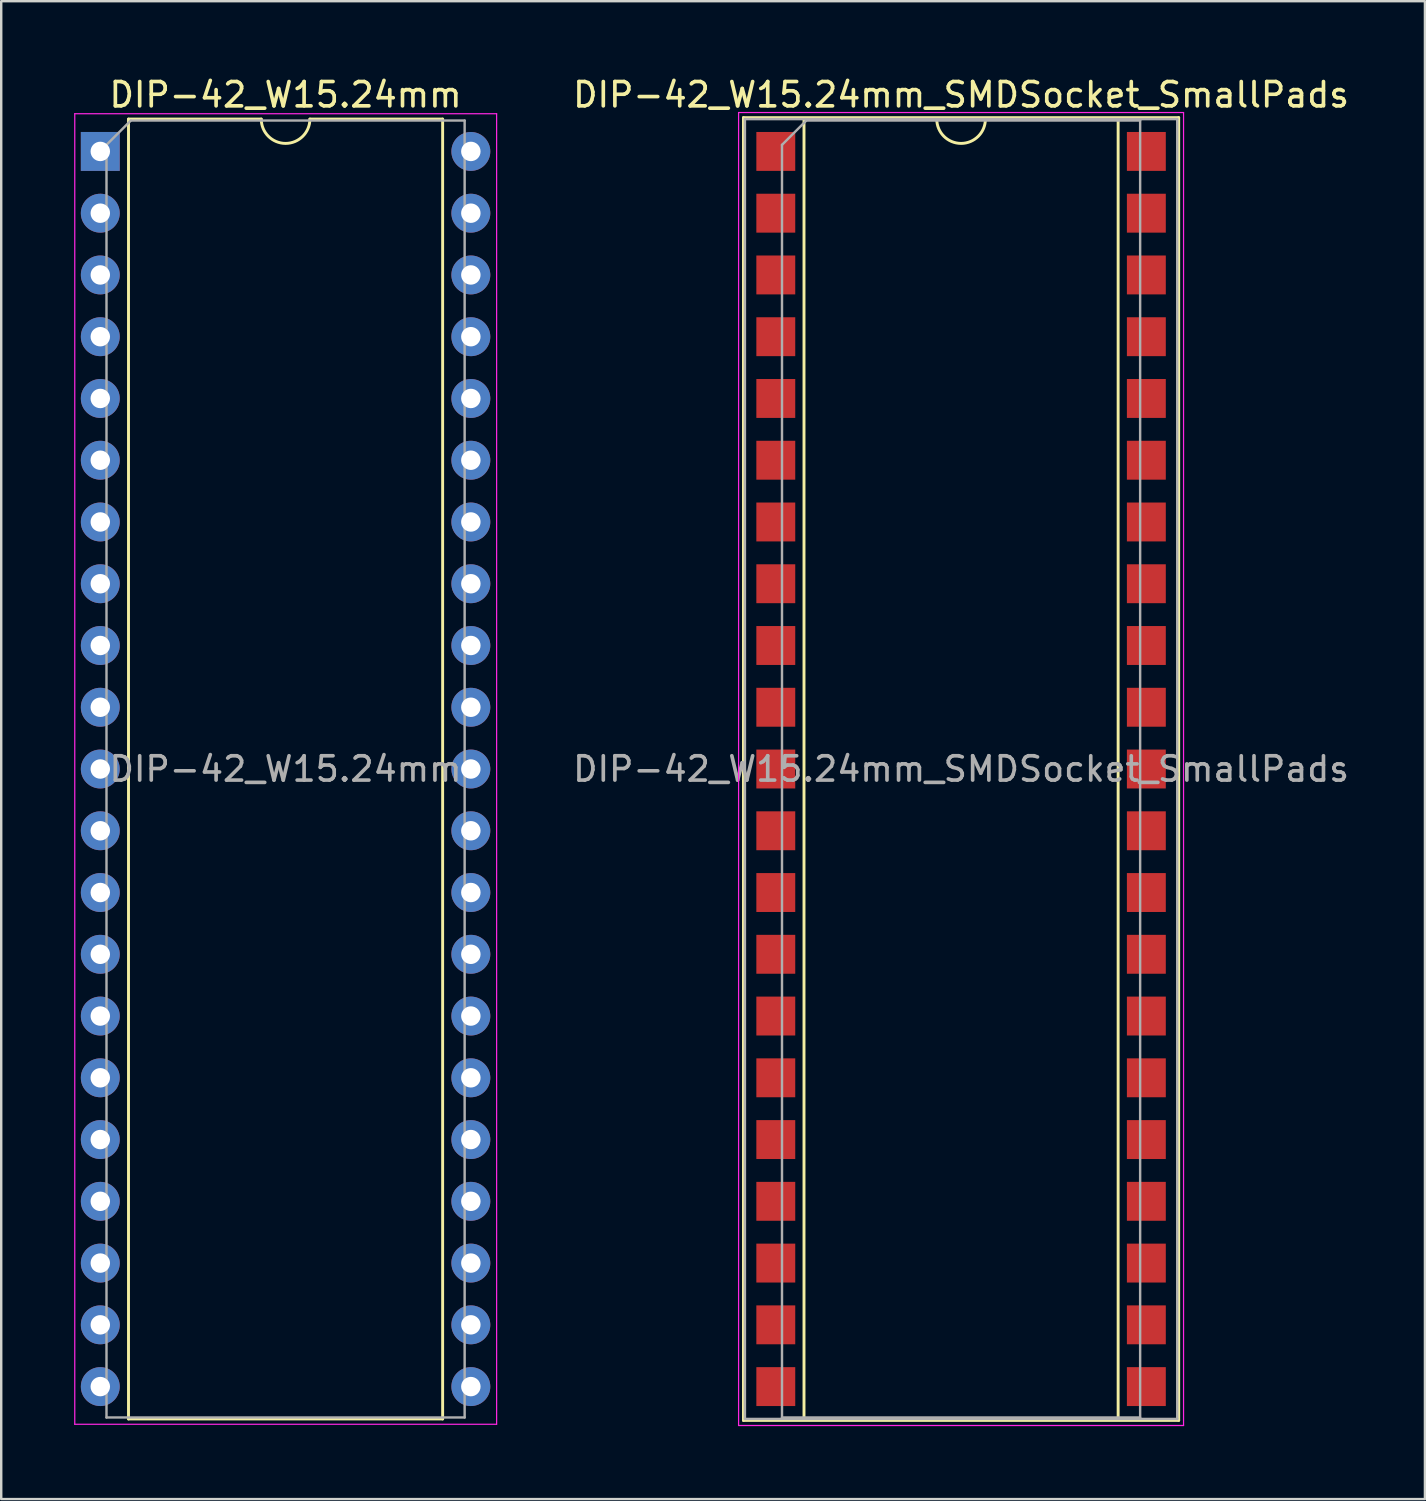
<source format=kicad_pcb>
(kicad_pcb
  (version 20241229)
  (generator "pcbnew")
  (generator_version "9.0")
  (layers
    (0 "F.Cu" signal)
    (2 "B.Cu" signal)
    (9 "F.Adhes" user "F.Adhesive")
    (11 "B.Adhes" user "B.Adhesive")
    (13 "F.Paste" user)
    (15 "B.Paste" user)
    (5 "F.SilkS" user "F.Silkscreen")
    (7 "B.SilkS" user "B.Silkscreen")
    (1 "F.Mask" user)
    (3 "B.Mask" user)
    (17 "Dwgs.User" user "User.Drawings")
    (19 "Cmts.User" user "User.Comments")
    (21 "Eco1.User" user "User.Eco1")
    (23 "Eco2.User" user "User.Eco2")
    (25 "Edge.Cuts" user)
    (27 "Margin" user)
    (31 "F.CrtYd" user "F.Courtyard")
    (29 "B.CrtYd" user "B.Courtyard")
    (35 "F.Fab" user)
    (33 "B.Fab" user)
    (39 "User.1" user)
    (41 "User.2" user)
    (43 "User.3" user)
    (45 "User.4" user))
  (footprint "DIP-42_W15.24mm"
    (layer "F.Cu")
    (at 1.075 3.178)
    (property "Reference" "DIP-42_W15.24mm" (at 7.62 -2.33 0) (layer "F.SilkS") (effects (font (size 1 1) (thickness 0.15))))
    (attr through_hole)
    (fp_line (start 1.16 -1.33) (end 1.16 52.13) (stroke (width 0.12) (type solid)) (layer "F.SilkS"))
    (fp_line (start 1.16 52.13) (end 14.08 52.13) (stroke (width 0.12) (type solid)) (layer "F.SilkS"))
    (fp_line (start 6.62 -1.33) (end 1.16 -1.33) (stroke (width 0.12) (type solid)) (layer "F.SilkS"))
    (fp_line (start 14.08 -1.33) (end 8.62 -1.33) (stroke (width 0.12) (type solid)) (layer "F.SilkS"))
    (fp_line (start 14.08 52.13) (end 14.08 -1.33) (stroke (width 0.12) (type solid)) (layer "F.SilkS"))
    (fp_arc (start 8.62 -1.33) (mid 7.62 -0.33) (end 6.62 -1.33) (stroke (width 0.12) (type solid)) (layer "F.SilkS"))
    (fp_line (start -1.05 -1.55) (end -1.05 52.35) (stroke (width 0.05) (type solid)) (layer "F.CrtYd"))
    (fp_line (start -1.05 52.35) (end 16.3 52.35) (stroke (width 0.05) (type solid)) (layer "F.CrtYd"))
    (fp_line (start 16.3 -1.55) (end -1.05 -1.55) (stroke (width 0.05) (type solid)) (layer "F.CrtYd"))
    (fp_line (start 16.3 52.35) (end 16.3 -1.55) (stroke (width 0.05) (type solid)) (layer "F.CrtYd"))
    (fp_line (start 0.255 -0.27) (end 1.255 -1.27) (stroke (width 0.1) (type solid)) (layer "F.Fab"))
    (fp_line (start 0.255 52.07) (end 0.255 -0.27) (stroke (width 0.1) (type solid)) (layer "F.Fab"))
    (fp_line (start 1.255 -1.27) (end 14.985 -1.27) (stroke (width 0.1) (type solid)) (layer "F.Fab"))
    (fp_line (start 14.985 -1.27) (end 14.985 52.07) (stroke (width 0.1) (type solid)) (layer "F.Fab"))
    (fp_line (start 14.985 52.07) (end 0.255 52.07) (stroke (width 0.1) (type solid)) (layer "F.Fab"))
    (fp_text user "${REFERENCE}" (at 7.62 25.4 0) (layer "F.Fab") (effects (font (size 1 1) (thickness 0.15))))
    (pad "1" thru_hole rect (at 0 0) (size 1.6 1.6) (drill 0.8) (layers "*.Cu" "*.Mask"))
    (pad "2" thru_hole oval (at 0 2.54) (size 1.6 1.6) (drill 0.8) (layers "*.Cu" "*.Mask"))
    (pad "3" thru_hole oval (at 0 5.08) (size 1.6 1.6) (drill 0.8) (layers "*.Cu" "*.Mask"))
    (pad "4" thru_hole oval (at 0 7.62) (size 1.6 1.6) (drill 0.8) (layers "*.Cu" "*.Mask"))
    (pad "5" thru_hole oval (at 0 10.16) (size 1.6 1.6) (drill 0.8) (layers "*.Cu" "*.Mask"))
    (pad "6" thru_hole oval (at 0 12.7) (size 1.6 1.6) (drill 0.8) (layers "*.Cu" "*.Mask"))
    (pad "7" thru_hole oval (at 0 15.24) (size 1.6 1.6) (drill 0.8) (layers "*.Cu" "*.Mask"))
    (pad "8" thru_hole oval (at 0 17.78) (size 1.6 1.6) (drill 0.8) (layers "*.Cu" "*.Mask"))
    (pad "9" thru_hole oval (at 0 20.32) (size 1.6 1.6) (drill 0.8) (layers "*.Cu" "*.Mask"))
    (pad "10" thru_hole oval (at 0 22.86) (size 1.6 1.6) (drill 0.8) (layers "*.Cu" "*.Mask"))
    (pad "11" thru_hole oval (at 0 25.4) (size 1.6 1.6) (drill 0.8) (layers "*.Cu" "*.Mask"))
    (pad "12" thru_hole oval (at 0 27.94) (size 1.6 1.6) (drill 0.8) (layers "*.Cu" "*.Mask"))
    (pad "13" thru_hole oval (at 0 30.48) (size 1.6 1.6) (drill 0.8) (layers "*.Cu" "*.Mask"))
    (pad "14" thru_hole oval (at 0 33.02) (size 1.6 1.6) (drill 0.8) (layers "*.Cu" "*.Mask"))
    (pad "15" thru_hole oval (at 0 35.56) (size 1.6 1.6) (drill 0.8) (layers "*.Cu" "*.Mask"))
    (pad "16" thru_hole oval (at 0 38.1) (size 1.6 1.6) (drill 0.8) (layers "*.Cu" "*.Mask"))
    (pad "17" thru_hole oval (at 0 40.64) (size 1.6 1.6) (drill 0.8) (layers "*.Cu" "*.Mask"))
    (pad "18" thru_hole oval (at 0 43.18) (size 1.6 1.6) (drill 0.8) (layers "*.Cu" "*.Mask"))
    (pad "19" thru_hole oval (at 0 45.72) (size 1.6 1.6) (drill 0.8) (layers "*.Cu" "*.Mask"))
    (pad "20" thru_hole oval (at 0 48.26) (size 1.6 1.6) (drill 0.8) (layers "*.Cu" "*.Mask"))
    (pad "21" thru_hole oval (at 0 50.8) (size 1.6 1.6) (drill 0.8) (layers "*.Cu" "*.Mask"))
    (pad "22" thru_hole oval (at 15.24 50.8) (size 1.6 1.6) (drill 0.8) (layers "*.Cu" "*.Mask"))
    (pad "23" thru_hole oval (at 15.24 48.26) (size 1.6 1.6) (drill 0.8) (layers "*.Cu" "*.Mask"))
    (pad "24" thru_hole oval (at 15.24 45.72) (size 1.6 1.6) (drill 0.8) (layers "*.Cu" "*.Mask"))
    (pad "25" thru_hole oval (at 15.24 43.18) (size 1.6 1.6) (drill 0.8) (layers "*.Cu" "*.Mask"))
    (pad "26" thru_hole oval (at 15.24 40.64) (size 1.6 1.6) (drill 0.8) (layers "*.Cu" "*.Mask"))
    (pad "27" thru_hole oval (at 15.24 38.1) (size 1.6 1.6) (drill 0.8) (layers "*.Cu" "*.Mask"))
    (pad "28" thru_hole oval (at 15.24 35.56) (size 1.6 1.6) (drill 0.8) (layers "*.Cu" "*.Mask"))
    (pad "29" thru_hole oval (at 15.24 33.02) (size 1.6 1.6) (drill 0.8) (layers "*.Cu" "*.Mask"))
    (pad "30" thru_hole oval (at 15.24 30.48) (size 1.6 1.6) (drill 0.8) (layers "*.Cu" "*.Mask"))
    (pad "31" thru_hole oval (at 15.24 27.94) (size 1.6 1.6) (drill 0.8) (layers "*.Cu" "*.Mask"))
    (pad "32" thru_hole oval (at 15.24 25.4) (size 1.6 1.6) (drill 0.8) (layers "*.Cu" "*.Mask"))
    (pad "33" thru_hole oval (at 15.24 22.86) (size 1.6 1.6) (drill 0.8) (layers "*.Cu" "*.Mask"))
    (pad "34" thru_hole oval (at 15.24 20.32) (size 1.6 1.6) (drill 0.8) (layers "*.Cu" "*.Mask"))
    (pad "35" thru_hole oval (at 15.24 17.78) (size 1.6 1.6) (drill 0.8) (layers "*.Cu" "*.Mask"))
    (pad "36" thru_hole oval (at 15.24 15.24) (size 1.6 1.6) (drill 0.8) (layers "*.Cu" "*.Mask"))
    (pad "37" thru_hole oval (at 15.24 12.7) (size 1.6 1.6) (drill 0.8) (layers "*.Cu" "*.Mask"))
    (pad "38" thru_hole oval (at 15.24 10.16) (size 1.6 1.6) (drill 0.8) (layers "*.Cu" "*.Mask"))
    (pad "39" thru_hole oval (at 15.24 7.62) (size 1.6 1.6) (drill 0.8) (layers "*.Cu" "*.Mask"))
    (pad "40" thru_hole oval (at 15.24 5.08) (size 1.6 1.6) (drill 0.8) (layers "*.Cu" "*.Mask"))
    (pad "41" thru_hole oval (at 15.24 2.54) (size 1.6 1.6) (drill 0.8) (layers "*.Cu" "*.Mask"))
    (pad "42" thru_hole oval (at 15.24 0) (size 1.6 1.6) (drill 0.8) (layers "*.Cu" "*.Mask")))
  (footprint "DIP-42_W15.24mm_SMDSocket_SmallPads"
    (layer "F.Cu")
    (at 36.477 28.578)
    (property "Reference" "DIP-42_W15.24mm_SMDSocket_SmallPads" (at 0 -27.73 0) (layer "F.SilkS") (effects (font (size 1 1) (thickness 0.15))))
    (attr smd)
    (fp_line (start -8.95 -26.79) (end -8.95 26.79) (stroke (width 0.12) (type solid)) (layer "F.SilkS"))
    (fp_line (start -8.95 26.79) (end 8.95 26.79) (stroke (width 0.12) (type solid)) (layer "F.SilkS"))
    (fp_line (start -6.46 -26.73) (end -6.46 26.73) (stroke (width 0.12) (type solid)) (layer "F.SilkS"))
    (fp_line (start -6.46 26.73) (end 6.46 26.73) (stroke (width 0.12) (type solid)) (layer "F.SilkS"))
    (fp_line (start -1 -26.73) (end -6.46 -26.73) (stroke (width 0.12) (type solid)) (layer "F.SilkS"))
    (fp_line (start 6.46 -26.73) (end 1 -26.73) (stroke (width 0.12) (type solid)) (layer "F.SilkS"))
    (fp_line (start 6.46 26.73) (end 6.46 -26.73) (stroke (width 0.12) (type solid)) (layer "F.SilkS"))
    (fp_line (start 8.95 -26.79) (end -8.95 -26.79) (stroke (width 0.12) (type solid)) (layer "F.SilkS"))
    (fp_line (start 8.95 26.79) (end 8.95 -26.79) (stroke (width 0.12) (type solid)) (layer "F.SilkS"))
    (fp_arc (start 1 -26.73) (mid 0 -25.73) (end -1 -26.73) (stroke (width 0.12) (type solid)) (layer "F.SilkS"))
    (fp_line (start -9.15 -27) (end -9.15 27) (stroke (width 0.05) (type solid)) (layer "F.CrtYd"))
    (fp_line (start -9.15 27) (end 9.15 27) (stroke (width 0.05) (type solid)) (layer "F.CrtYd"))
    (fp_line (start 9.15 -27) (end -9.15 -27) (stroke (width 0.05) (type solid)) (layer "F.CrtYd"))
    (fp_line (start 9.15 27) (end 9.15 -27) (stroke (width 0.05) (type solid)) (layer "F.CrtYd"))
    (fp_line (start -8.89 -26.73) (end -8.89 26.73) (stroke (width 0.1) (type solid)) (layer "F.Fab"))
    (fp_line (start -8.89 26.73) (end 8.89 26.73) (stroke (width 0.1) (type solid)) (layer "F.Fab"))
    (fp_line (start -7.365 -25.67) (end -6.365 -26.67) (stroke (width 0.1) (type solid)) (layer "F.Fab"))
    (fp_line (start -7.365 26.67) (end -7.365 -25.67) (stroke (width 0.1) (type solid)) (layer "F.Fab"))
    (fp_line (start -6.365 -26.67) (end 7.365 -26.67) (stroke (width 0.1) (type solid)) (layer "F.Fab"))
    (fp_line (start 7.365 -26.67) (end 7.365 26.67) (stroke (width 0.1) (type solid)) (layer "F.Fab"))
    (fp_line (start 7.365 26.67) (end -7.365 26.67) (stroke (width 0.1) (type solid)) (layer "F.Fab"))
    (fp_line (start 8.89 -26.73) (end -8.89 -26.73) (stroke (width 0.1) (type solid)) (layer "F.Fab"))
    (fp_line (start 8.89 26.73) (end 8.89 -26.73) (stroke (width 0.1) (type solid)) (layer "F.Fab"))
    (fp_text user "${REFERENCE}" (at 0 0 0) (layer "F.Fab") (effects (font (size 1 1) (thickness 0.15))))
    (pad "1" smd rect (at -7.62 -25.4) (size 1.6 1.6) (layers "F.Cu" "F.Mask" "F.Paste"))
    (pad "2" smd rect (at -7.62 -22.86) (size 1.6 1.6) (layers "F.Cu" "F.Mask" "F.Paste"))
    (pad "3" smd rect (at -7.62 -20.32) (size 1.6 1.6) (layers "F.Cu" "F.Mask" "F.Paste"))
    (pad "4" smd rect (at -7.62 -17.78) (size 1.6 1.6) (layers "F.Cu" "F.Mask" "F.Paste"))
    (pad "5" smd rect (at -7.62 -15.24) (size 1.6 1.6) (layers "F.Cu" "F.Mask" "F.Paste"))
    (pad "6" smd rect (at -7.62 -12.7) (size 1.6 1.6) (layers "F.Cu" "F.Mask" "F.Paste"))
    (pad "7" smd rect (at -7.62 -10.16) (size 1.6 1.6) (layers "F.Cu" "F.Mask" "F.Paste"))
    (pad "8" smd rect (at -7.62 -7.62) (size 1.6 1.6) (layers "F.Cu" "F.Mask" "F.Paste"))
    (pad "9" smd rect (at -7.62 -5.08) (size 1.6 1.6) (layers "F.Cu" "F.Mask" "F.Paste"))
    (pad "10" smd rect (at -7.62 -2.54) (size 1.6 1.6) (layers "F.Cu" "F.Mask" "F.Paste"))
    (pad "11" smd rect (at -7.62 0) (size 1.6 1.6) (layers "F.Cu" "F.Mask" "F.Paste"))
    (pad "12" smd rect (at -7.62 2.54) (size 1.6 1.6) (layers "F.Cu" "F.Mask" "F.Paste"))
    (pad "13" smd rect (at -7.62 5.08) (size 1.6 1.6) (layers "F.Cu" "F.Mask" "F.Paste"))
    (pad "14" smd rect (at -7.62 7.62) (size 1.6 1.6) (layers "F.Cu" "F.Mask" "F.Paste"))
    (pad "15" smd rect (at -7.62 10.16) (size 1.6 1.6) (layers "F.Cu" "F.Mask" "F.Paste"))
    (pad "16" smd rect (at -7.62 12.7) (size 1.6 1.6) (layers "F.Cu" "F.Mask" "F.Paste"))
    (pad "17" smd rect (at -7.62 15.24) (size 1.6 1.6) (layers "F.Cu" "F.Mask" "F.Paste"))
    (pad "18" smd rect (at -7.62 17.78) (size 1.6 1.6) (layers "F.Cu" "F.Mask" "F.Paste"))
    (pad "19" smd rect (at -7.62 20.32) (size 1.6 1.6) (layers "F.Cu" "F.Mask" "F.Paste"))
    (pad "20" smd rect (at -7.62 22.86) (size 1.6 1.6) (layers "F.Cu" "F.Mask" "F.Paste"))
    (pad "21" smd rect (at -7.62 25.4) (size 1.6 1.6) (layers "F.Cu" "F.Mask" "F.Paste"))
    (pad "22" smd rect (at 7.62 25.4) (size 1.6 1.6) (layers "F.Cu" "F.Mask" "F.Paste"))
    (pad "23" smd rect (at 7.62 22.86) (size 1.6 1.6) (layers "F.Cu" "F.Mask" "F.Paste"))
    (pad "24" smd rect (at 7.62 20.32) (size 1.6 1.6) (layers "F.Cu" "F.Mask" "F.Paste"))
    (pad "25" smd rect (at 7.62 17.78) (size 1.6 1.6) (layers "F.Cu" "F.Mask" "F.Paste"))
    (pad "26" smd rect (at 7.62 15.24) (size 1.6 1.6) (layers "F.Cu" "F.Mask" "F.Paste"))
    (pad "27" smd rect (at 7.62 12.7) (size 1.6 1.6) (layers "F.Cu" "F.Mask" "F.Paste"))
    (pad "28" smd rect (at 7.62 10.16) (size 1.6 1.6) (layers "F.Cu" "F.Mask" "F.Paste"))
    (pad "29" smd rect (at 7.62 7.62) (size 1.6 1.6) (layers "F.Cu" "F.Mask" "F.Paste"))
    (pad "30" smd rect (at 7.62 5.08) (size 1.6 1.6) (layers "F.Cu" "F.Mask" "F.Paste"))
    (pad "31" smd rect (at 7.62 2.54) (size 1.6 1.6) (layers "F.Cu" "F.Mask" "F.Paste"))
    (pad "32" smd rect (at 7.62 0) (size 1.6 1.6) (layers "F.Cu" "F.Mask" "F.Paste"))
    (pad "33" smd rect (at 7.62 -2.54) (size 1.6 1.6) (layers "F.Cu" "F.Mask" "F.Paste"))
    (pad "34" smd rect (at 7.62 -5.08) (size 1.6 1.6) (layers "F.Cu" "F.Mask" "F.Paste"))
    (pad "35" smd rect (at 7.62 -7.62) (size 1.6 1.6) (layers "F.Cu" "F.Mask" "F.Paste"))
    (pad "36" smd rect (at 7.62 -10.16) (size 1.6 1.6) (layers "F.Cu" "F.Mask" "F.Paste"))
    (pad "37" smd rect (at 7.62 -12.7) (size 1.6 1.6) (layers "F.Cu" "F.Mask" "F.Paste"))
    (pad "38" smd rect (at 7.62 -15.24) (size 1.6 1.6) (layers "F.Cu" "F.Mask" "F.Paste"))
    (pad "39" smd rect (at 7.62 -17.78) (size 1.6 1.6) (layers "F.Cu" "F.Mask" "F.Paste"))
    (pad "40" smd rect (at 7.62 -20.32) (size 1.6 1.6) (layers "F.Cu" "F.Mask" "F.Paste"))
    (pad "41" smd rect (at 7.62 -22.86) (size 1.6 1.6) (layers "F.Cu" "F.Mask" "F.Paste"))
    (pad "42" smd rect (at 7.62 -25.4) (size 1.6 1.6) (layers "F.Cu" "F.Mask" "F.Paste")))
  (gr_rect
    (start -3 -3)
    (end 55.555 58.603)
    (stroke (width 0.1) (type default))
    (fill no)
    (layer "Edge.Cuts")))
</source>
